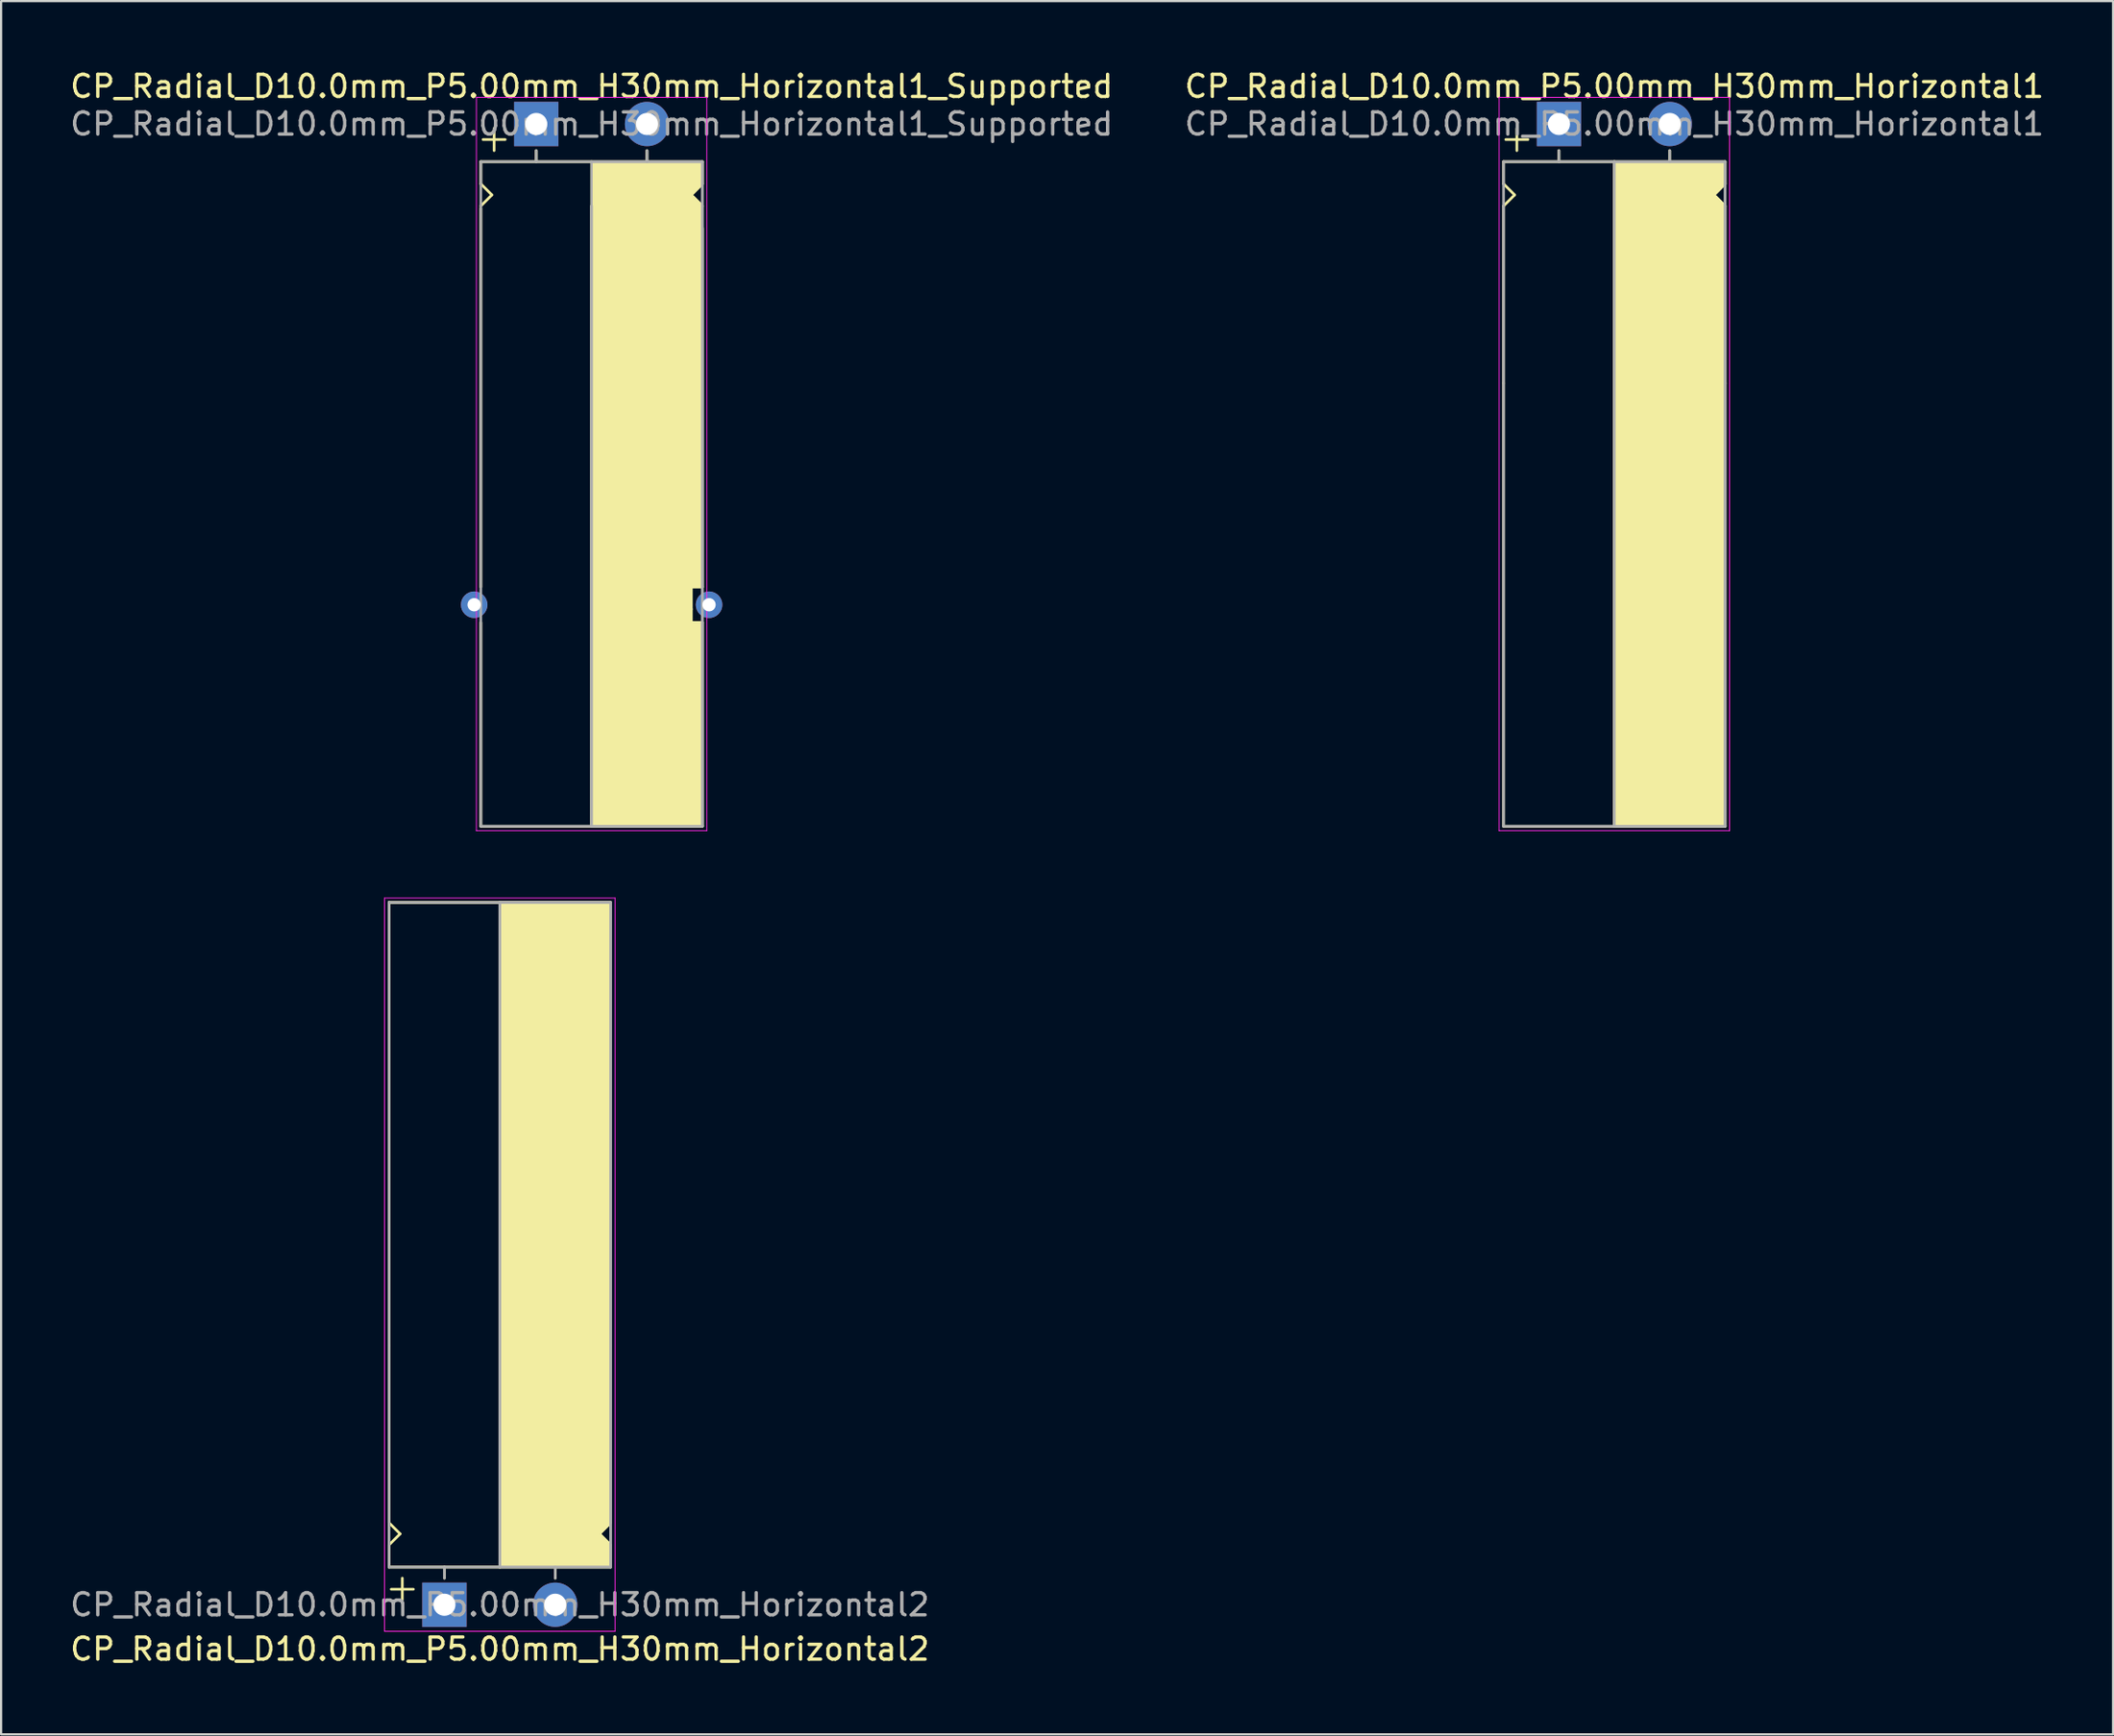
<source format=kicad_pcb>
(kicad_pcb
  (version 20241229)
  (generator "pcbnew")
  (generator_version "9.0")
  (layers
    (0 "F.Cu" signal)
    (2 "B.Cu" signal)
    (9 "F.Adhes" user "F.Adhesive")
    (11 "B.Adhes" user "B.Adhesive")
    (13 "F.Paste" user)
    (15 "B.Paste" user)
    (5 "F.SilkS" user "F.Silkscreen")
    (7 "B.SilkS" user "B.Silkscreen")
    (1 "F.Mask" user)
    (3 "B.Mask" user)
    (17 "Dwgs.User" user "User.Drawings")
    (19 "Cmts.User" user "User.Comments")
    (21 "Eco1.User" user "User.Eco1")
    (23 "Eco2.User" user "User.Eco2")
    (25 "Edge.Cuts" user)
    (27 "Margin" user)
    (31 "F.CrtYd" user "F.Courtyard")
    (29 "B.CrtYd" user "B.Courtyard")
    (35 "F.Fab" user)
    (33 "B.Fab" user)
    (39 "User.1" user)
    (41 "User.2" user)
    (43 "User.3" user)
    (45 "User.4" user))
  (footprint "CP_Radial_D10.0mm_P5.00mm_H30mm_Horizontal1_Supported"
    (layer "F.Cu")
    (at 21.149 2.548)
    (property "Reference" "CP_Radial_D10.0mm_P5.00mm_H30mm_Horizontal1_Supported" (at 2.5 -1.7 0) (layer "F.SilkS") (effects (font (size 1 1) (thickness 0.15))))
    (attr through_hole)
    (fp_line (start -2.5 1.7) (end -2.5 2.7) (stroke (width 0.12) (type solid)) (layer "F.SilkS"))
    (fp_line (start -2.5 2.7) (end -2 3.2) (stroke (width 0.12) (type solid)) (layer "F.SilkS"))
    (fp_line (start -2.5 3.8) (end -2.5 20.9) (stroke (width 0.12) (type solid)) (layer "F.SilkS"))
    (fp_line (start -2.5 22.5) (end -2.5 31.7) (stroke (width 0.12) (type solid)) (layer "F.SilkS"))
    (fp_line (start -2.5 31.7) (end 7.5 31.7) (stroke (width 0.12) (type solid)) (layer "F.SilkS"))
    (fp_line (start -2 3.2) (end -2.5 3.7) (stroke (width 0.12) (type solid)) (layer "F.SilkS"))
    (fp_line (start -1.9 0.2) (end -1.9 1.2) (stroke (width 0.12) (type solid)) (layer "F.SilkS"))
    (fp_line (start -1.4 0.7) (end -2.4 0.7) (stroke (width 0.12) (type solid)) (layer "F.SilkS"))
    (fp_line (start 0 1.7) (end 0 1.2) (stroke (width 0.12) (type solid)) (layer "F.SilkS"))
    (fp_line (start 2.5 1.7) (end -2.5 1.7) (stroke (width 0.12) (type solid)) (layer "F.SilkS"))
    (fp_line (start 2.5 31.7) (end 2.5 3.7) (stroke (width 0.12) (type solid)) (layer "F.SilkS"))
    (fp_line (start 5 1.7) (end 5 1.2) (stroke (width 0.12) (type solid)) (layer "F.SilkS"))
    (fp_line (start 7 3.2) (end 7.5 3.7) (stroke (width 0.12) (type solid)) (layer "F.SilkS"))
    (fp_line (start 7 20.9) (end 7.5 20.9) (stroke (width 0.12) (type solid)) (layer "F.SilkS"))
    (fp_line (start 7 21.9) (end 7 20.9) (stroke (width 0.12) (type solid)) (layer "F.SilkS"))
    (fp_line (start 7 22.5) (end 7 21.9) (stroke (width 0.12) (type solid)) (layer "F.SilkS"))
    (fp_line (start 7.5 1.7) (end 2.5 1.7) (stroke (width 0.12) (type solid)) (layer "F.SilkS"))
    (fp_line (start 7.5 1.7) (end 7.5 2.7) (stroke (width 0.12) (type solid)) (layer "F.SilkS"))
    (fp_line (start 7.5 2.7) (end 7 3.2) (stroke (width 0.12) (type solid)) (layer "F.SilkS"))
    (fp_line (start 7.5 4.7) (end 7.5 20.9) (stroke (width 0.12) (type solid)) (layer "F.SilkS"))
    (fp_line (start 7.5 22.5) (end 7 22.5) (stroke (width 0.12) (type solid)) (layer "F.SilkS"))
    (fp_line (start 7.5 22.5) (end 7.5 31.7) (stroke (width 0.12) (type solid)) (layer "F.SilkS"))
    (fp_poly (pts (xy 7.5 2.7) (xy 7 3.2) (xy 7.5 3.7) (xy 7.5 20.9) (xy 7 20.9) (xy 7 22.5) (xy 7.5 22.5) (xy 7.5 31.7) (xy 2.5 31.7) (xy 2.5 1.7) (xy 7.5 1.7)) (stroke (width 0.1) (type solid)) (fill yes) (layer "F.SilkS"))
    (fp_line (start -2.7 -1.2) (end 5.3 -1.2) (stroke (width 0.04) (type solid)) (layer "F.CrtYd"))
    (fp_line (start -2.7 31.9) (end -2.7 -1.2) (stroke (width 0.04) (type solid)) (layer "F.CrtYd"))
    (fp_line (start 5.3 -1.2) (end 7.7 -1.2) (stroke (width 0.04) (type solid)) (layer "F.CrtYd"))
    (fp_line (start 7.7 -1.2) (end 7.7 31.9) (stroke (width 0.04) (type solid)) (layer "F.CrtYd"))
    (fp_line (start 7.7 31.9) (end -2.7 31.9) (stroke (width 0.04) (type solid)) (layer "F.CrtYd"))
    (fp_line (start -2.5 1.7) (end -2.5 31.7) (stroke (width 0.12) (type solid)) (layer "F.Fab"))
    (fp_line (start -2.5 31.7) (end 7.5 31.7) (stroke (width 0.12) (type solid)) (layer "F.Fab"))
    (fp_line (start 0 1.7) (end 0 1.2) (stroke (width 0.12) (type solid)) (layer "F.Fab"))
    (fp_line (start 2.5 3.7) (end 2.5 31.7) (stroke (width 0.12) (type solid)) (layer "F.Fab"))
    (fp_line (start 5 1.7) (end 5 1.2) (stroke (width 0.12) (type solid)) (layer "F.Fab"))
    (fp_line (start 7.5 1.7) (end -2.5 1.7) (stroke (width 0.12) (type solid)) (layer "F.Fab"))
    (fp_line (start 7.5 31.7) (end 7.5 1.7) (stroke (width 0.12) (type solid)) (layer "F.Fab"))
    (fp_poly (pts (xy 7.5 31.7) (xy 2.5 31.7) (xy 2.5 1.7) (xy 7.5 1.7)) (stroke (width 0.1) (type solid)) (fill no) (layer "F.Fab"))
    (fp_text user "${REFERENCE}" (at 2.5 0 0) (layer "F.Fab") (effects (font (size 1 1) (thickness 0.15))))
    (pad "" thru_hole circle (at -2.8 21.7) (size 1.2 1.2) (drill 0.6) (layers "*.Cu" "*.Mask"))
    (pad "" thru_hole circle (at 7.8 21.7) (size 1.2 1.2) (drill 0.6) (layers "*.Cu" "*.Mask"))
    (pad "1" thru_hole rect (at 0 0) (size 2 2) (drill 1) (layers "*.Cu" "*.Mask"))
    (pad "2" thru_hole circle (at 5 0) (size 2 2) (drill 1) (layers "*.Cu" "*.Mask")))
  (footprint "CP_Radial_D10.0mm_P5.00mm_H30mm_Horizontal2"
    (layer "F.Cu")
    (at 17.006 69.388)
    (property "Reference" "CP_Radial_D10.0mm_P5.00mm_H30mm_Horizontal2" (at 2.5 2 0) (layer "F.SilkS") (effects (font (size 1 1) (thickness 0.15))))
    (attr through_hole)
    (fp_line (start -2.5 -31.7) (end 7.5 -31.7) (stroke (width 0.12) (type solid)) (layer "F.SilkS"))
    (fp_line (start -2.5 -11.7) (end -2.5 -31.7) (stroke (width 0.12) (type solid)) (layer "F.SilkS"))
    (fp_line (start -2.5 -3.7) (end -2.5 -11.7) (stroke (width 0.12) (type solid)) (layer "F.SilkS"))
    (fp_line (start -2.5 -2.7) (end -2 -3.2) (stroke (width 0.12) (type solid)) (layer "F.SilkS"))
    (fp_line (start -2.5 -1.7) (end -2.5 -2.7) (stroke (width 0.12) (type solid)) (layer "F.SilkS"))
    (fp_line (start -2 -3.2) (end -2.5 -3.7) (stroke (width 0.12) (type solid)) (layer "F.SilkS"))
    (fp_line (start -1.9 -1.2) (end -1.9 -0.2) (stroke (width 0.12) (type solid)) (layer "F.SilkS"))
    (fp_line (start -1.4 -0.7) (end -2.4 -0.7) (stroke (width 0.12) (type solid)) (layer "F.SilkS"))
    (fp_line (start 0 -1.7) (end 0 -1.2) (stroke (width 0.12) (type solid)) (layer "F.SilkS"))
    (fp_line (start 2.5 -31.7) (end 2.5 -1.7) (stroke (width 0.12) (type solid)) (layer "F.SilkS"))
    (fp_line (start 2.5 -1.7) (end -2.5 -1.7) (stroke (width 0.12) (type solid)) (layer "F.SilkS"))
    (fp_line (start 5 -1.7) (end 5 -1.2) (stroke (width 0.12) (type solid)) (layer "F.SilkS"))
    (fp_line (start 7 -3.2) (end 7.5 -3.7) (stroke (width 0.12) (type solid)) (layer "F.SilkS"))
    (fp_line (start 7.5 -11.7) (end 7.5 -31.7) (stroke (width 0.12) (type solid)) (layer "F.SilkS"))
    (fp_line (start 7.5 -3.7) (end 7.5 -11.7) (stroke (width 0.12) (type solid)) (layer "F.SilkS"))
    (fp_line (start 7.5 -2.7) (end 7 -3.2) (stroke (width 0.12) (type solid)) (layer "F.SilkS"))
    (fp_line (start 7.5 -1.7) (end 2.5 -1.7) (stroke (width 0.12) (type solid)) (layer "F.SilkS"))
    (fp_line (start 7.5 -1.7) (end 7.5 -2.7) (stroke (width 0.12) (type solid)) (layer "F.SilkS"))
    (fp_poly (pts (xy 7.5 -2.7) (xy 7 -3.2) (xy 7.5 -3.7) (xy 7.5 -31.7) (xy 2.5 -31.7) (xy 2.5 -1.7) (xy 7.5 -1.7)) (stroke (width 0.1) (type solid)) (fill yes) (layer "F.SilkS"))
    (fp_line (start -2.7 -31.9) (end -2.7 1.2) (stroke (width 0.04) (type solid)) (layer "F.CrtYd"))
    (fp_line (start -2.7 1.2) (end 5.3 1.2) (stroke (width 0.04) (type solid)) (layer "F.CrtYd"))
    (fp_line (start 5.3 1.2) (end 7.7 1.2) (stroke (width 0.04) (type solid)) (layer "F.CrtYd"))
    (fp_line (start 7.7 -31.9) (end -2.7 -31.9) (stroke (width 0.04) (type solid)) (layer "F.CrtYd"))
    (fp_line (start 7.7 1.2) (end 7.7 -31.9) (stroke (width 0.04) (type solid)) (layer "F.CrtYd"))
    (fp_line (start -2.5 -31.7) (end 7.5 -31.7) (stroke (width 0.12) (type solid)) (layer "F.Fab"))
    (fp_line (start -2.5 -1.7) (end -2.5 -31.7) (stroke (width 0.12) (type solid)) (layer "F.Fab"))
    (fp_line (start 0 -1.7) (end 0 -1.2) (stroke (width 0.12) (type solid)) (layer "F.Fab"))
    (fp_line (start 2.5 -1.7) (end 2.5 -31.7) (stroke (width 0.12) (type solid)) (layer "F.Fab"))
    (fp_line (start 5 -1.7) (end 5 -1.2) (stroke (width 0.12) (type solid)) (layer "F.Fab"))
    (fp_line (start 7.5 -31.7) (end 7.5 -1.7) (stroke (width 0.12) (type solid)) (layer "F.Fab"))
    (fp_line (start 7.5 -1.7) (end -2.5 -1.7) (stroke (width 0.12) (type solid)) (layer "F.Fab"))
    (fp_poly (pts (xy 7.5 -31.7) (xy 2.5 -31.7) (xy 2.5 -1.7) (xy 7.5 -1.7)) (stroke (width 0.1) (type solid)) (fill no) (layer "F.Fab"))
    (fp_text user "${REFERENCE}" (at 2.5 0 0) (layer "F.Fab") (effects (font (size 1 1) (thickness 0.15))))
    (pad "1" thru_hole rect (at 0 0) (size 2 2) (drill 1) (layers "*.Cu" "*.Mask"))
    (pad "2" thru_hole circle (at 5 0) (size 2 2) (drill 1) (layers "*.Cu" "*.Mask")))
  (footprint "CP_Radial_D10.0mm_P5.00mm_H30mm_Horizontal1"
    (layer "F.Cu")
    (at 67.304 2.548)
    (property "Reference" "CP_Radial_D10.0mm_P5.00mm_H30mm_Horizontal1" (at 2.5 -1.7 0) (layer "F.SilkS") (effects (font (size 1 1) (thickness 0.15))))
    (attr through_hole)
    (fp_line (start -2.5 1.7) (end -2.5 2.7) (stroke (width 0.12) (type solid)) (layer "F.SilkS"))
    (fp_line (start -2.5 2.7) (end -2 3.2) (stroke (width 0.12) (type solid)) (layer "F.SilkS"))
    (fp_line (start -2.5 3.7) (end -2.5 11.7) (stroke (width 0.12) (type solid)) (layer "F.SilkS"))
    (fp_line (start -2.5 11.7) (end -2.5 31.7) (stroke (width 0.12) (type solid)) (layer "F.SilkS"))
    (fp_line (start -2.5 31.7) (end 7.5 31.7) (stroke (width 0.12) (type solid)) (layer "F.SilkS"))
    (fp_line (start -2 3.2) (end -2.5 3.7) (stroke (width 0.12) (type solid)) (layer "F.SilkS"))
    (fp_line (start -1.9 0.2) (end -1.9 1.2) (stroke (width 0.12) (type solid)) (layer "F.SilkS"))
    (fp_line (start -1.4 0.7) (end -2.4 0.7) (stroke (width 0.12) (type solid)) (layer "F.SilkS"))
    (fp_line (start 0 1.7) (end 0 1.2) (stroke (width 0.12) (type solid)) (layer "F.SilkS"))
    (fp_line (start 2.5 1.7) (end -2.5 1.7) (stroke (width 0.12) (type solid)) (layer "F.SilkS"))
    (fp_line (start 2.5 31.7) (end 2.5 1.7) (stroke (width 0.12) (type solid)) (layer "F.SilkS"))
    (fp_line (start 5 1.7) (end 5 1.2) (stroke (width 0.12) (type solid)) (layer "F.SilkS"))
    (fp_line (start 7 3.2) (end 7.5 3.7) (stroke (width 0.12) (type solid)) (layer "F.SilkS"))
    (fp_line (start 7.5 1.7) (end 2.5 1.7) (stroke (width 0.12) (type solid)) (layer "F.SilkS"))
    (fp_line (start 7.5 1.7) (end 7.5 2.7) (stroke (width 0.12) (type solid)) (layer "F.SilkS"))
    (fp_line (start 7.5 2.7) (end 7 3.2) (stroke (width 0.12) (type solid)) (layer "F.SilkS"))
    (fp_line (start 7.5 3.7) (end 7.5 11.7) (stroke (width 0.12) (type solid)) (layer "F.SilkS"))
    (fp_line (start 7.5 11.7) (end 7.5 31.7) (stroke (width 0.12) (type solid)) (layer "F.SilkS"))
    (fp_poly (pts (xy 7.5 2.7) (xy 7 3.2) (xy 7.5 3.7) (xy 7.5 31.7) (xy 2.5 31.7) (xy 2.5 1.7) (xy 7.5 1.7)) (stroke (width 0.1) (type solid)) (fill yes) (layer "F.SilkS"))
    (fp_line (start -2.7 -1.2) (end 5.3 -1.2) (stroke (width 0.04) (type solid)) (layer "F.CrtYd"))
    (fp_line (start -2.7 31.9) (end -2.7 -1.2) (stroke (width 0.04) (type solid)) (layer "F.CrtYd"))
    (fp_line (start 5.3 -1.2) (end 7.7 -1.2) (stroke (width 0.04) (type solid)) (layer "F.CrtYd"))
    (fp_line (start 7.7 -1.2) (end 7.7 31.9) (stroke (width 0.04) (type solid)) (layer "F.CrtYd"))
    (fp_line (start 7.7 31.9) (end -2.7 31.9) (stroke (width 0.04) (type solid)) (layer "F.CrtYd"))
    (fp_line (start -2.5 1.7) (end -2.5 31.7) (stroke (width 0.12) (type solid)) (layer "F.Fab"))
    (fp_line (start -2.5 31.7) (end 7.5 31.7) (stroke (width 0.12) (type solid)) (layer "F.Fab"))
    (fp_line (start 0 1.7) (end 0 1.2) (stroke (width 0.12) (type solid)) (layer "F.Fab"))
    (fp_line (start 2.5 1.7) (end 2.5 31.7) (stroke (width 0.12) (type solid)) (layer "F.Fab"))
    (fp_line (start 5 1.7) (end 5 1.2) (stroke (width 0.12) (type solid)) (layer "F.Fab"))
    (fp_line (start 7.5 1.7) (end -2.5 1.7) (stroke (width 0.12) (type solid)) (layer "F.Fab"))
    (fp_line (start 7.5 31.7) (end 7.5 1.7) (stroke (width 0.12) (type solid)) (layer "F.Fab"))
    (fp_poly (pts (xy 7.5 31.7) (xy 2.5 31.7) (xy 2.5 1.7) (xy 7.5 1.7)) (stroke (width 0.1) (type solid)) (fill no) (layer "F.Fab"))
    (fp_text user "${REFERENCE}" (at 2.5 0 0) (layer "F.Fab") (effects (font (size 1 1) (thickness 0.15))))
    (pad "1" thru_hole rect (at 0 0) (size 2 2) (drill 1) (layers "*.Cu" "*.Mask"))
    (pad "2" thru_hole circle (at 5 0) (size 2 2) (drill 1) (layers "*.Cu" "*.Mask")))
  (gr_rect
    (start -3 -3)
    (end 92.31 75.237)
    (stroke (width 0.1) (type default))
    (fill no)
    (layer "Edge.Cuts")))
</source>
